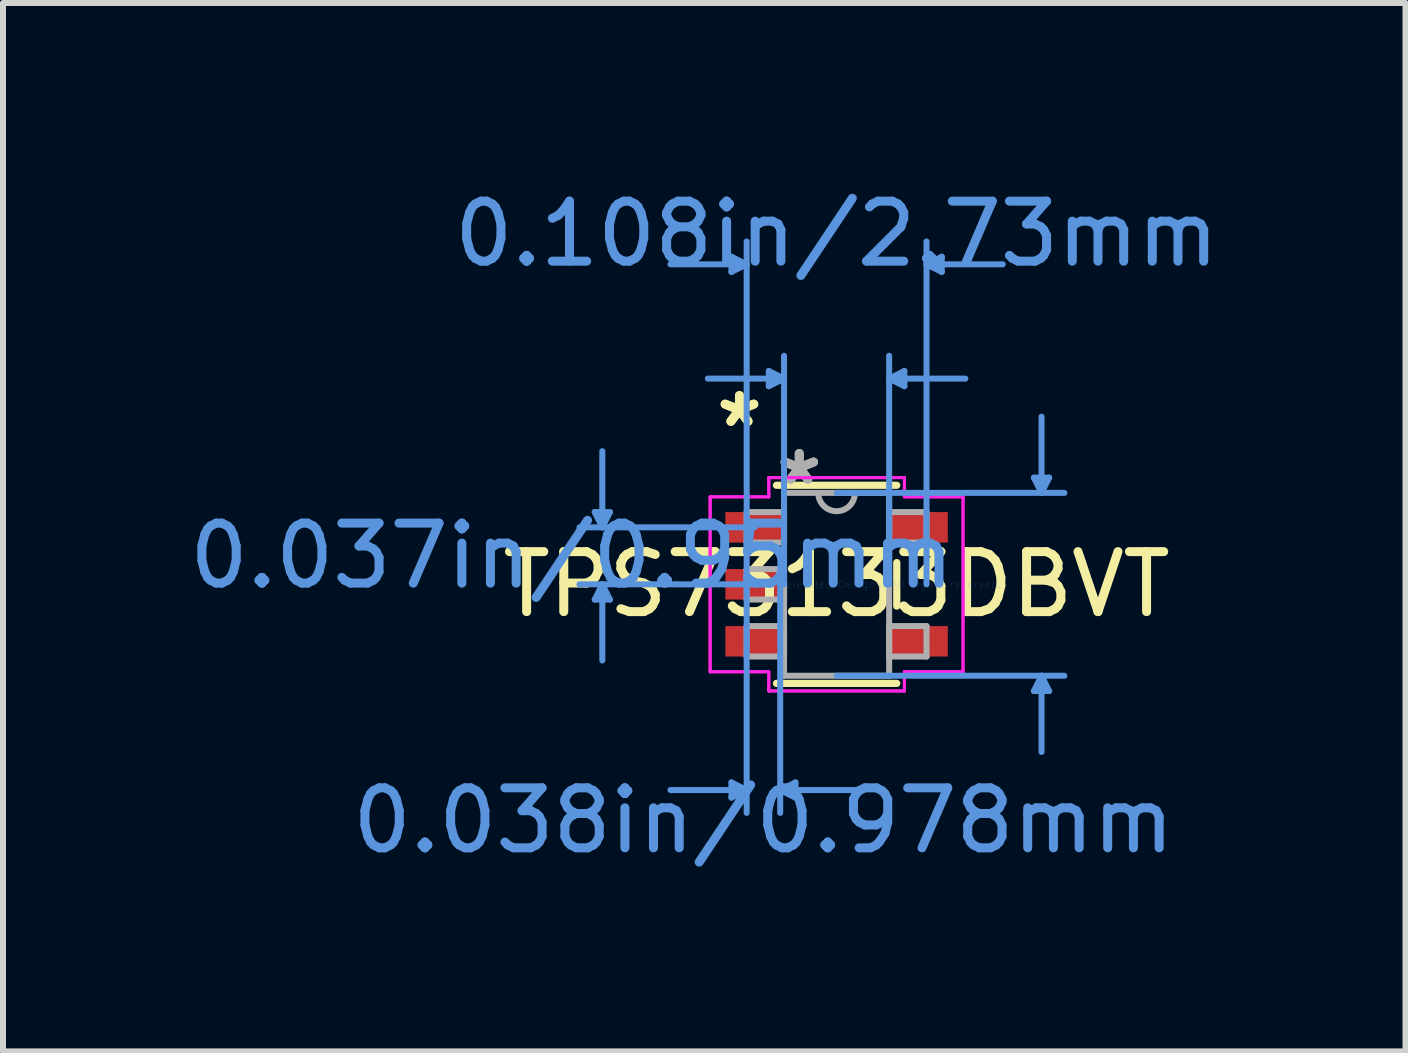
<source format=kicad_pcb>
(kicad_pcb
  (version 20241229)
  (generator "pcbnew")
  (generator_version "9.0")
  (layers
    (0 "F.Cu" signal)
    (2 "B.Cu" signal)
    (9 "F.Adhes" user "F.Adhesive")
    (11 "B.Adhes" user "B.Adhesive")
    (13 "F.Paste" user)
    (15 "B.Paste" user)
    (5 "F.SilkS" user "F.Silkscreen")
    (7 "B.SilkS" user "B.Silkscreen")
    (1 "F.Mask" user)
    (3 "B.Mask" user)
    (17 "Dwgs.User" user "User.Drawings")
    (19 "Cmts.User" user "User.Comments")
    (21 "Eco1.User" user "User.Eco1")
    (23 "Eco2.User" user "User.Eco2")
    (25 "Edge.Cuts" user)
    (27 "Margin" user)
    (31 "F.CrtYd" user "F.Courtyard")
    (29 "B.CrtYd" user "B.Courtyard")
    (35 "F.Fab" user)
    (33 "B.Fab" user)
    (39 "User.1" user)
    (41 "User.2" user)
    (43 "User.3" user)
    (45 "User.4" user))
  (footprint "TPS73133DBVT"
    (layer "F.Cu")
    (at 10.895 6.69)
    (property "Reference" "TPS73133DBVT" (at 0 0 0) (layer "F.SilkS") (effects (font (size 1 1) (thickness 0.15))))
    (attr through_hole)
    (fp_line (start -1.003 1.651) (end 1.003 1.651) (stroke (width 0.12) (type solid)) (layer "F.SilkS"))
    (fp_line (start 1.003 -1.651) (end -1.003 -1.651) (stroke (width 0.12) (type solid)) (layer "F.SilkS"))
    (fp_line (start 1.003 0.363) (end 1.003 -0.363) (stroke (width 0.12) (type solid)) (layer "F.SilkS"))
    (fp_line (start -4.032 -1.204) (end -3.778 -1.204) (stroke (width 0.1) (type solid)) (layer "Cmts.User"))
    (fp_line (start -4.032 0.254) (end -3.778 0.254) (stroke (width 0.1) (type solid)) (layer "Cmts.User"))
    (fp_line (start -3.905 -0.95) (end -4.032 -1.204) (stroke (width 0.1) (type solid)) (layer "Cmts.User"))
    (fp_line (start -3.905 -0.95) (end -3.905 -2.22) (stroke (width 0.1) (type solid)) (layer "Cmts.User"))
    (fp_line (start -3.905 -0.95) (end -3.778 -1.204) (stroke (width 0.1) (type solid)) (layer "Cmts.User"))
    (fp_line (start -3.905 0) (end -4.032 0.254) (stroke (width 0.1) (type solid)) (layer "Cmts.User"))
    (fp_line (start -3.905 0) (end -3.905 1.27) (stroke (width 0.1) (type solid)) (layer "Cmts.User"))
    (fp_line (start -3.905 0) (end -3.778 0.254) (stroke (width 0.1) (type solid)) (layer "Cmts.User"))
    (fp_line (start -1.753 -5.461) (end -1.753 -5.207) (stroke (width 0.1) (type solid)) (layer "Cmts.User"))
    (fp_line (start -1.753 3.302) (end -1.753 3.556) (stroke (width 0.1) (type solid)) (layer "Cmts.User"))
    (fp_line (start -1.499 -5.334) (end -2.769 -5.334) (stroke (width 0.1) (type solid)) (layer "Cmts.User"))
    (fp_line (start -1.499 -5.334) (end -1.753 -5.461) (stroke (width 0.1) (type solid)) (layer "Cmts.User"))
    (fp_line (start -1.499 -5.334) (end -1.753 -5.207) (stroke (width 0.1) (type solid)) (layer "Cmts.User"))
    (fp_line (start -1.499 0) (end -1.499 -5.715) (stroke (width 0.1) (type solid)) (layer "Cmts.User"))
    (fp_line (start -1.499 0) (end -1.499 3.81) (stroke (width 0.1) (type solid)) (layer "Cmts.User"))
    (fp_line (start -1.499 3.429) (end -2.769 3.429) (stroke (width 0.1) (type solid)) (layer "Cmts.User"))
    (fp_line (start -1.499 3.429) (end -1.753 3.302) (stroke (width 0.1) (type solid)) (layer "Cmts.User"))
    (fp_line (start -1.499 3.429) (end -1.753 3.556) (stroke (width 0.1) (type solid)) (layer "Cmts.User"))
    (fp_line (start -1.365 -0.95) (end -4.286 -0.95) (stroke (width 0.1) (type solid)) (layer "Cmts.User"))
    (fp_line (start -1.365 0) (end -4.286 0) (stroke (width 0.1) (type solid)) (layer "Cmts.User"))
    (fp_line (start -1.13 -3.556) (end -1.13 -3.302) (stroke (width 0.1) (type solid)) (layer "Cmts.User"))
    (fp_line (start -0.94 0) (end -0.94 3.81) (stroke (width 0.1) (type solid)) (layer "Cmts.User"))
    (fp_line (start -0.94 3.429) (end -0.686 3.302) (stroke (width 0.1) (type solid)) (layer "Cmts.User"))
    (fp_line (start -0.94 3.429) (end -0.686 3.556) (stroke (width 0.1) (type solid)) (layer "Cmts.User"))
    (fp_line (start -0.94 3.429) (end 0.33 3.429) (stroke (width 0.1) (type solid)) (layer "Cmts.User"))
    (fp_line (start -0.876 -3.429) (end -2.146 -3.429) (stroke (width 0.1) (type solid)) (layer "Cmts.User"))
    (fp_line (start -0.876 -3.429) (end -1.13 -3.556) (stroke (width 0.1) (type solid)) (layer "Cmts.User"))
    (fp_line (start -0.876 -3.429) (end -1.13 -3.302) (stroke (width 0.1) (type solid)) (layer "Cmts.User"))
    (fp_line (start -0.876 0) (end -0.876 -3.81) (stroke (width 0.1) (type solid)) (layer "Cmts.User"))
    (fp_line (start -0.686 3.302) (end -0.686 3.556) (stroke (width 0.1) (type solid)) (layer "Cmts.User"))
    (fp_line (start 0 -1.524) (end 3.797 -1.524) (stroke (width 0.1) (type solid)) (layer "Cmts.User"))
    (fp_line (start 0 1.524) (end 3.797 1.524) (stroke (width 0.1) (type solid)) (layer "Cmts.User"))
    (fp_line (start 0.876 -3.429) (end 1.13 -3.556) (stroke (width 0.1) (type solid)) (layer "Cmts.User"))
    (fp_line (start 0.876 -3.429) (end 1.13 -3.302) (stroke (width 0.1) (type solid)) (layer "Cmts.User"))
    (fp_line (start 0.876 -3.429) (end 2.146 -3.429) (stroke (width 0.1) (type solid)) (layer "Cmts.User"))
    (fp_line (start 0.876 0) (end 0.876 -3.81) (stroke (width 0.1) (type solid)) (layer "Cmts.User"))
    (fp_line (start 1.13 -3.556) (end 1.13 -3.302) (stroke (width 0.1) (type solid)) (layer "Cmts.User"))
    (fp_line (start 1.499 -5.334) (end 1.753 -5.461) (stroke (width 0.1) (type solid)) (layer "Cmts.User"))
    (fp_line (start 1.499 -5.334) (end 1.753 -5.207) (stroke (width 0.1) (type solid)) (layer "Cmts.User"))
    (fp_line (start 1.499 -5.334) (end 2.769 -5.334) (stroke (width 0.1) (type solid)) (layer "Cmts.User"))
    (fp_line (start 1.499 0) (end 1.499 -5.715) (stroke (width 0.1) (type solid)) (layer "Cmts.User"))
    (fp_line (start 1.753 -5.461) (end 1.753 -5.207) (stroke (width 0.1) (type solid)) (layer "Cmts.User"))
    (fp_line (start 3.289 -1.778) (end 3.543 -1.778) (stroke (width 0.1) (type solid)) (layer "Cmts.User"))
    (fp_line (start 3.289 1.778) (end 3.543 1.778) (stroke (width 0.1) (type solid)) (layer "Cmts.User"))
    (fp_line (start 3.416 -1.524) (end 3.289 -1.778) (stroke (width 0.1) (type solid)) (layer "Cmts.User"))
    (fp_line (start 3.416 -1.524) (end 3.416 -2.794) (stroke (width 0.1) (type solid)) (layer "Cmts.User"))
    (fp_line (start 3.416 -1.524) (end 3.543 -1.778) (stroke (width 0.1) (type solid)) (layer "Cmts.User"))
    (fp_line (start 3.416 1.524) (end 3.289 1.778) (stroke (width 0.1) (type solid)) (layer "Cmts.User"))
    (fp_line (start 3.416 1.524) (end 3.416 2.794) (stroke (width 0.1) (type solid)) (layer "Cmts.User"))
    (fp_line (start 3.416 1.524) (end 3.543 1.778) (stroke (width 0.1) (type solid)) (layer "Cmts.User"))
    (fp_line (start -2.108 -1.458) (end -1.13 -1.458) (stroke (width 0.05) (type solid)) (layer "F.CrtYd"))
    (fp_line (start -2.108 -1.458) (end -1.13 -1.458) (stroke (width 0.05) (type solid)) (layer "F.CrtYd"))
    (fp_line (start -2.108 1.458) (end -2.108 -1.458) (stroke (width 0.05) (type solid)) (layer "F.CrtYd"))
    (fp_line (start -2.108 1.458) (end -2.108 -1.458) (stroke (width 0.05) (type solid)) (layer "F.CrtYd"))
    (fp_line (start -1.13 -1.778) (end 1.13 -1.778) (stroke (width 0.05) (type solid)) (layer "F.CrtYd"))
    (fp_line (start -1.13 -1.778) (end 1.13 -1.778) (stroke (width 0.05) (type solid)) (layer "F.CrtYd"))
    (fp_line (start -1.13 -1.458) (end -1.13 -1.778) (stroke (width 0.05) (type solid)) (layer "F.CrtYd"))
    (fp_line (start -1.13 -1.458) (end -1.13 -1.778) (stroke (width 0.05) (type solid)) (layer "F.CrtYd"))
    (fp_line (start -1.13 1.458) (end -2.108 1.458) (stroke (width 0.05) (type solid)) (layer "F.CrtYd"))
    (fp_line (start -1.13 1.458) (end -2.108 1.458) (stroke (width 0.05) (type solid)) (layer "F.CrtYd"))
    (fp_line (start -1.13 1.778) (end -1.13 1.458) (stroke (width 0.05) (type solid)) (layer "F.CrtYd"))
    (fp_line (start -1.13 1.778) (end -1.13 1.458) (stroke (width 0.05) (type solid)) (layer "F.CrtYd"))
    (fp_line (start 1.13 -1.778) (end 1.13 -1.458) (stroke (width 0.05) (type solid)) (layer "F.CrtYd"))
    (fp_line (start 1.13 -1.778) (end 1.13 -1.458) (stroke (width 0.05) (type solid)) (layer "F.CrtYd"))
    (fp_line (start 1.13 -1.458) (end 2.108 -1.458) (stroke (width 0.05) (type solid)) (layer "F.CrtYd"))
    (fp_line (start 1.13 -1.458) (end 2.108 -1.458) (stroke (width 0.05) (type solid)) (layer "F.CrtYd"))
    (fp_line (start 1.13 1.458) (end 1.13 1.778) (stroke (width 0.05) (type solid)) (layer "F.CrtYd"))
    (fp_line (start 1.13 1.458) (end 1.13 1.778) (stroke (width 0.05) (type solid)) (layer "F.CrtYd"))
    (fp_line (start 1.13 1.778) (end -1.13 1.778) (stroke (width 0.05) (type solid)) (layer "F.CrtYd"))
    (fp_line (start 1.13 1.778) (end -1.13 1.778) (stroke (width 0.05) (type solid)) (layer "F.CrtYd"))
    (fp_line (start 2.108 -1.458) (end 2.108 1.458) (stroke (width 0.05) (type solid)) (layer "F.CrtYd"))
    (fp_line (start 2.108 -1.458) (end 2.108 1.458) (stroke (width 0.05) (type solid)) (layer "F.CrtYd"))
    (fp_line (start 2.108 1.458) (end 1.13 1.458) (stroke (width 0.05) (type solid)) (layer "F.CrtYd"))
    (fp_line (start 2.108 1.458) (end 1.13 1.458) (stroke (width 0.05) (type solid)) (layer "F.CrtYd"))
    (fp_line (start -1.499 -1.204) (end -1.499 -0.696) (stroke (width 0.1) (type solid)) (layer "F.Fab"))
    (fp_line (start -1.499 -0.696) (end -0.876 -0.696) (stroke (width 0.1) (type solid)) (layer "F.Fab"))
    (fp_line (start -1.499 -0.254) (end -1.499 0.254) (stroke (width 0.1) (type solid)) (layer "F.Fab"))
    (fp_line (start -1.499 0.254) (end -0.876 0.254) (stroke (width 0.1) (type solid)) (layer "F.Fab"))
    (fp_line (start -1.499 0.696) (end -1.499 1.204) (stroke (width 0.1) (type solid)) (layer "F.Fab"))
    (fp_line (start -1.499 1.204) (end -0.876 1.204) (stroke (width 0.1) (type solid)) (layer "F.Fab"))
    (fp_line (start -0.876 -1.524) (end -0.876 1.524) (stroke (width 0.1) (type solid)) (layer "F.Fab"))
    (fp_line (start -0.876 -1.204) (end -1.499 -1.204) (stroke (width 0.1) (type solid)) (layer "F.Fab"))
    (fp_line (start -0.876 -0.696) (end -0.876 -1.204) (stroke (width 0.1) (type solid)) (layer "F.Fab"))
    (fp_line (start -0.876 -0.254) (end -1.499 -0.254) (stroke (width 0.1) (type solid)) (layer "F.Fab"))
    (fp_line (start -0.876 0.254) (end -0.876 -0.254) (stroke (width 0.1) (type solid)) (layer "F.Fab"))
    (fp_line (start -0.876 0.696) (end -1.499 0.696) (stroke (width 0.1) (type solid)) (layer "F.Fab"))
    (fp_line (start -0.876 1.204) (end -0.876 0.696) (stroke (width 0.1) (type solid)) (layer "F.Fab"))
    (fp_line (start -0.876 1.524) (end 0.876 1.524) (stroke (width 0.1) (type solid)) (layer "F.Fab"))
    (fp_line (start 0.876 -1.524) (end -0.876 -1.524) (stroke (width 0.1) (type solid)) (layer "F.Fab"))
    (fp_line (start 0.876 -1.204) (end 0.876 -0.696) (stroke (width 0.1) (type solid)) (layer "F.Fab"))
    (fp_line (start 0.876 -0.696) (end 1.499 -0.696) (stroke (width 0.1) (type solid)) (layer "F.Fab"))
    (fp_line (start 0.876 0.696) (end 0.876 1.204) (stroke (width 0.1) (type solid)) (layer "F.Fab"))
    (fp_line (start 0.876 1.204) (end 1.499 1.204) (stroke (width 0.1) (type solid)) (layer "F.Fab"))
    (fp_line (start 0.876 1.524) (end 0.876 -1.524) (stroke (width 0.1) (type solid)) (layer "F.Fab"))
    (fp_line (start 1.499 -1.204) (end 0.876 -1.204) (stroke (width 0.1) (type solid)) (layer "F.Fab"))
    (fp_line (start 1.499 -0.696) (end 1.499 -1.204) (stroke (width 0.1) (type solid)) (layer "F.Fab"))
    (fp_line (start 1.499 0.696) (end 0.876 0.696) (stroke (width 0.1) (type solid)) (layer "F.Fab"))
    (fp_line (start 1.499 1.204) (end 1.499 0.696) (stroke (width 0.1) (type solid)) (layer "F.Fab"))
    (fp_arc (start 0.3048 -1.524) (mid 0 -1.2192) (end -0.3048 -1.524) (stroke (width 0.1) (type solid)) (layer "F.Fab"))
    (fp_text user "*" (at -1.619 -2.601 0) (layer "F.SilkS") (effects (font (size 1 1) (thickness 0.15))))
    (fp_text user "*" (at -1.619 -2.601 0) (layer "F.SilkS") (effects (font (size 1 1) (thickness 0.15))))
    (fp_text user "0.108in/2.73mm" (at 0 -5.842 0) (layer "Cmts.User") (effects (font (size 1 1) (thickness 0.15))))
    (fp_text user "0.038in/0.978mm" (at -1.219 3.937 0) (layer "Cmts.User") (effects (font (size 1 1) (thickness 0.15))))
    (fp_text user "Copyright 2021 Accelerated Designs. All rights reserved." (at 0 0 0) (layer "Cmts.User") (effects (font (size 0.127 0.127) (thickness 0.002))))
    (fp_text user "0.037in/0.95mm" (at -4.413 -0.475 0) (layer "Cmts.User") (effects (font (size 1 1) (thickness 0.15))))
    (fp_text user "*" (at -0.622 -1.636 0) (layer "F.Fab") (effects (font (size 1 1) (thickness 0.15))))
    (fp_text user "*" (at -0.622 -1.636 0) (layer "F.Fab") (effects (font (size 1 1) (thickness 0.15))))
    (pad "1" smd rect (at -1.365 -0.95) (size 0.978 0.508) (layers "F.Cu" "F.Mask" "F.Paste"))
    (pad "2" smd rect (at -1.365 0) (size 0.978 0.508) (layers "F.Cu" "F.Mask" "F.Paste"))
    (pad "3" smd rect (at -1.365 0.95) (size 0.978 0.508) (layers "F.Cu" "F.Mask" "F.Paste"))
    (pad "4" smd rect (at 1.365 0.95) (size 0.978 0.508) (layers "F.Cu" "F.Mask" "F.Paste"))
    (pad "5" smd rect (at 1.365 -0.95) (size 0.978 0.508) (layers "F.Cu" "F.Mask" "F.Paste")))
  (gr_rect
    (start -3 -3)
    (end 20.378 14.476)
    (stroke (width 0.1) (type default))
    (fill no)
    (layer "Edge.Cuts")))
</source>
